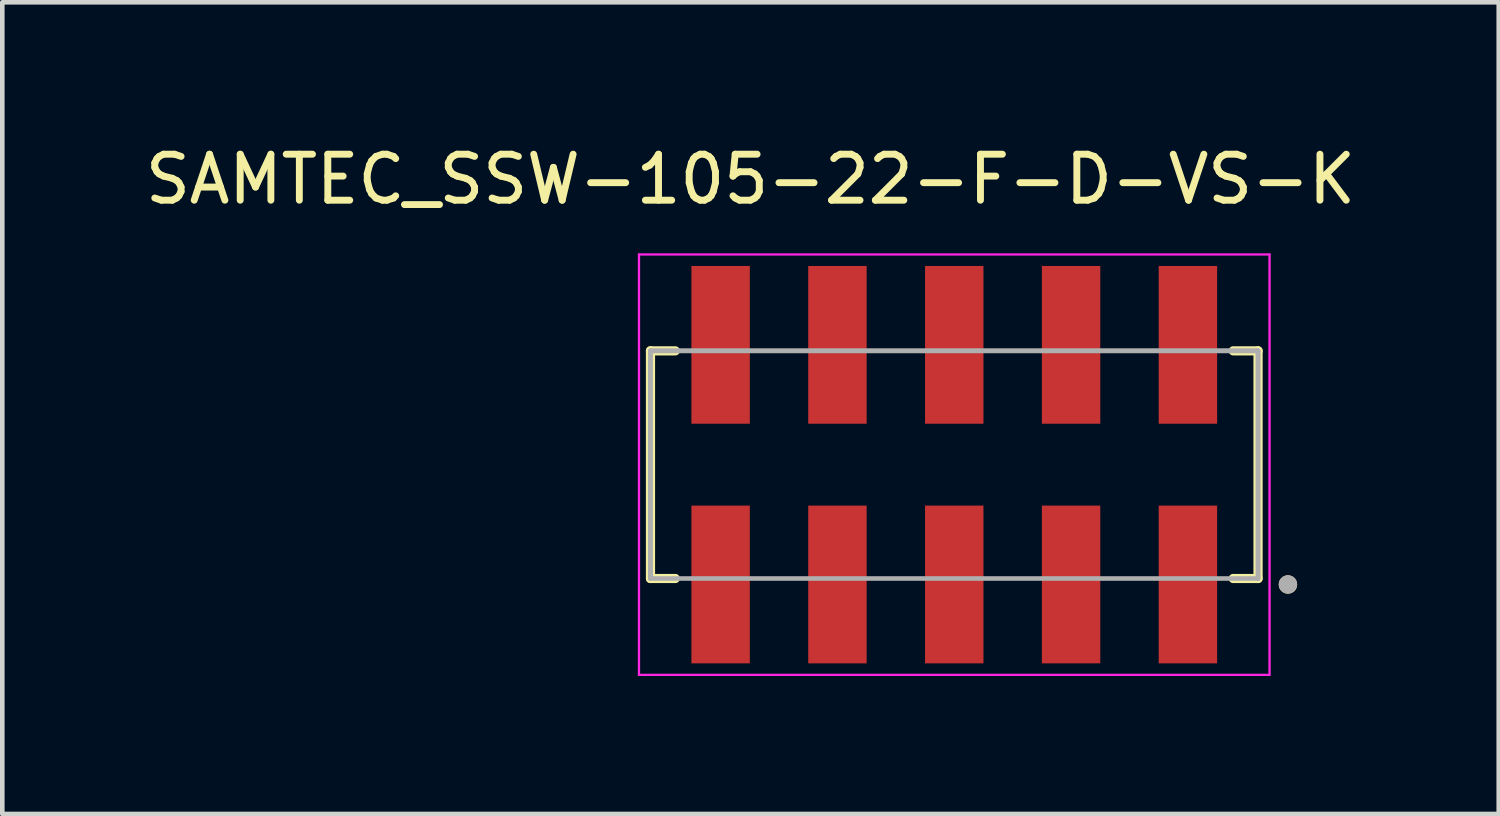
<source format=kicad_pcb>
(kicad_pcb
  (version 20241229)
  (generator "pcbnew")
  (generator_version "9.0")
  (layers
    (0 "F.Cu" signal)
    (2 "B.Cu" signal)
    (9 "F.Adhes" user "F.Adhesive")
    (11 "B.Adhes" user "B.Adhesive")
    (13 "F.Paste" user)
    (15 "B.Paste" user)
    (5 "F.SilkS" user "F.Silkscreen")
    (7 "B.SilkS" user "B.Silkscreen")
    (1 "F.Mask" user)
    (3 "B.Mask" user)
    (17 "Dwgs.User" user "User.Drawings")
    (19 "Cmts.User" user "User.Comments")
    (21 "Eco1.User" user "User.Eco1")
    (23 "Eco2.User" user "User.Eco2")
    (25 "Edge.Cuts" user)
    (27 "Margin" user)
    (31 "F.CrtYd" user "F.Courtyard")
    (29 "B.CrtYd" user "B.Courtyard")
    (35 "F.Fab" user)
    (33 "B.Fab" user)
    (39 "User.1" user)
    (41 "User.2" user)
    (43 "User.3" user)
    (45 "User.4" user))
  (footprint "SAMTEC_SSW-105-22-F-D-VS-K"
    (layer "F.Cu")
    (at 17.698 7.053)
    (property "Reference" "SAMTEC_SSW-105-22-F-D-VS-K" (at -4.43 -6.205 0) (layer "F.SilkS") (effects (font (size 1 1) (thickness 0.15))))
    (attr smd)
    (fp_line (start -6.605 -2.475) (end -6.065 -2.475) (stroke (width 0.2) (type solid)) (layer "F.SilkS"))
    (fp_line (start -6.605 2.475) (end -6.605 -2.475) (stroke (width 0.2) (type solid)) (layer "F.SilkS"))
    (fp_line (start -6.065 2.475) (end -6.605 2.475) (stroke (width 0.2) (type solid)) (layer "F.SilkS"))
    (fp_line (start 6.065 -2.475) (end 6.605 -2.475) (stroke (width 0.2) (type solid)) (layer "F.SilkS"))
    (fp_line (start 6.065 2.475) (end 6.605 2.475) (stroke (width 0.2) (type solid)) (layer "F.SilkS"))
    (fp_line (start 6.605 -2.475) (end 6.605 2.475) (stroke (width 0.2) (type solid)) (layer "F.SilkS"))
    (fp_circle (center 7.255 2.605) (end 7.355 2.605) (stroke (width 0.2) (type solid)) (fill no) (layer "F.SilkS"))
    (fp_line (start -6.855 -4.57) (end 6.855 -4.57) (stroke (width 0.05) (type solid)) (layer "F.CrtYd"))
    (fp_line (start -6.855 4.57) (end -6.855 -4.57) (stroke (width 0.05) (type solid)) (layer "F.CrtYd"))
    (fp_line (start 6.855 -4.57) (end 6.855 4.57) (stroke (width 0.05) (type solid)) (layer "F.CrtYd"))
    (fp_line (start 6.855 4.57) (end -6.855 4.57) (stroke (width 0.05) (type solid)) (layer "F.CrtYd"))
    (fp_line (start -6.605 -2.475) (end 6.605 -2.475) (stroke (width 0.1) (type solid)) (layer "F.Fab"))
    (fp_line (start -6.605 -2.475) (end 6.605 -2.475) (stroke (width 0.1) (type solid)) (layer "F.Fab"))
    (fp_line (start -6.605 2.475) (end -6.605 -2.475) (stroke (width 0.1) (type solid)) (layer "F.Fab"))
    (fp_line (start -6.605 2.475) (end -6.605 -2.475) (stroke (width 0.1) (type solid)) (layer "F.Fab"))
    (fp_line (start 6.605 -2.475) (end 6.605 2.475) (stroke (width 0.1) (type solid)) (layer "F.Fab"))
    (fp_line (start 6.605 -2.475) (end 6.605 2.475) (stroke (width 0.1) (type solid)) (layer "F.Fab"))
    (fp_line (start 6.605 2.475) (end -6.605 2.475) (stroke (width 0.1) (type solid)) (layer "F.Fab"))
    (fp_circle (center 7.255 2.605) (end 7.355 2.605) (stroke (width 0.2) (type solid)) (fill no) (layer "F.Fab"))
    (pad "01" smd rect (at 5.08 2.605) (size 1.27 3.43) (layers "F.Cu" "F.Mask" "F.Paste"))
    (pad "02" smd rect (at 5.08 -2.605) (size 1.27 3.43) (layers "F.Cu" "F.Mask" "F.Paste"))
    (pad "03" smd rect (at 2.54 2.605) (size 1.27 3.43) (layers "F.Cu" "F.Mask" "F.Paste"))
    (pad "04" smd rect (at 2.54 -2.605) (size 1.27 3.43) (layers "F.Cu" "F.Mask" "F.Paste"))
    (pad "05" smd rect (at 0 2.605) (size 1.27 3.43) (layers "F.Cu" "F.Mask" "F.Paste"))
    (pad "06" smd rect (at 0 -2.605) (size 1.27 3.43) (layers "F.Cu" "F.Mask" "F.Paste"))
    (pad "07" smd rect (at -2.54 2.605) (size 1.27 3.43) (layers "F.Cu" "F.Mask" "F.Paste"))
    (pad "08" smd rect (at -2.54 -2.605) (size 1.27 3.43) (layers "F.Cu" "F.Mask" "F.Paste"))
    (pad "09" smd rect (at -5.08 2.605) (size 1.27 3.43) (layers "F.Cu" "F.Mask" "F.Paste"))
    (pad "10" smd rect (at -5.08 -2.605) (size 1.27 3.43) (layers "F.Cu" "F.Mask" "F.Paste")))
  (gr_rect
    (start -3 -3)
    (end 29.536 14.648)
    (stroke (width 0.1) (type default))
    (fill no)
    (layer "Edge.Cuts")))
</source>
